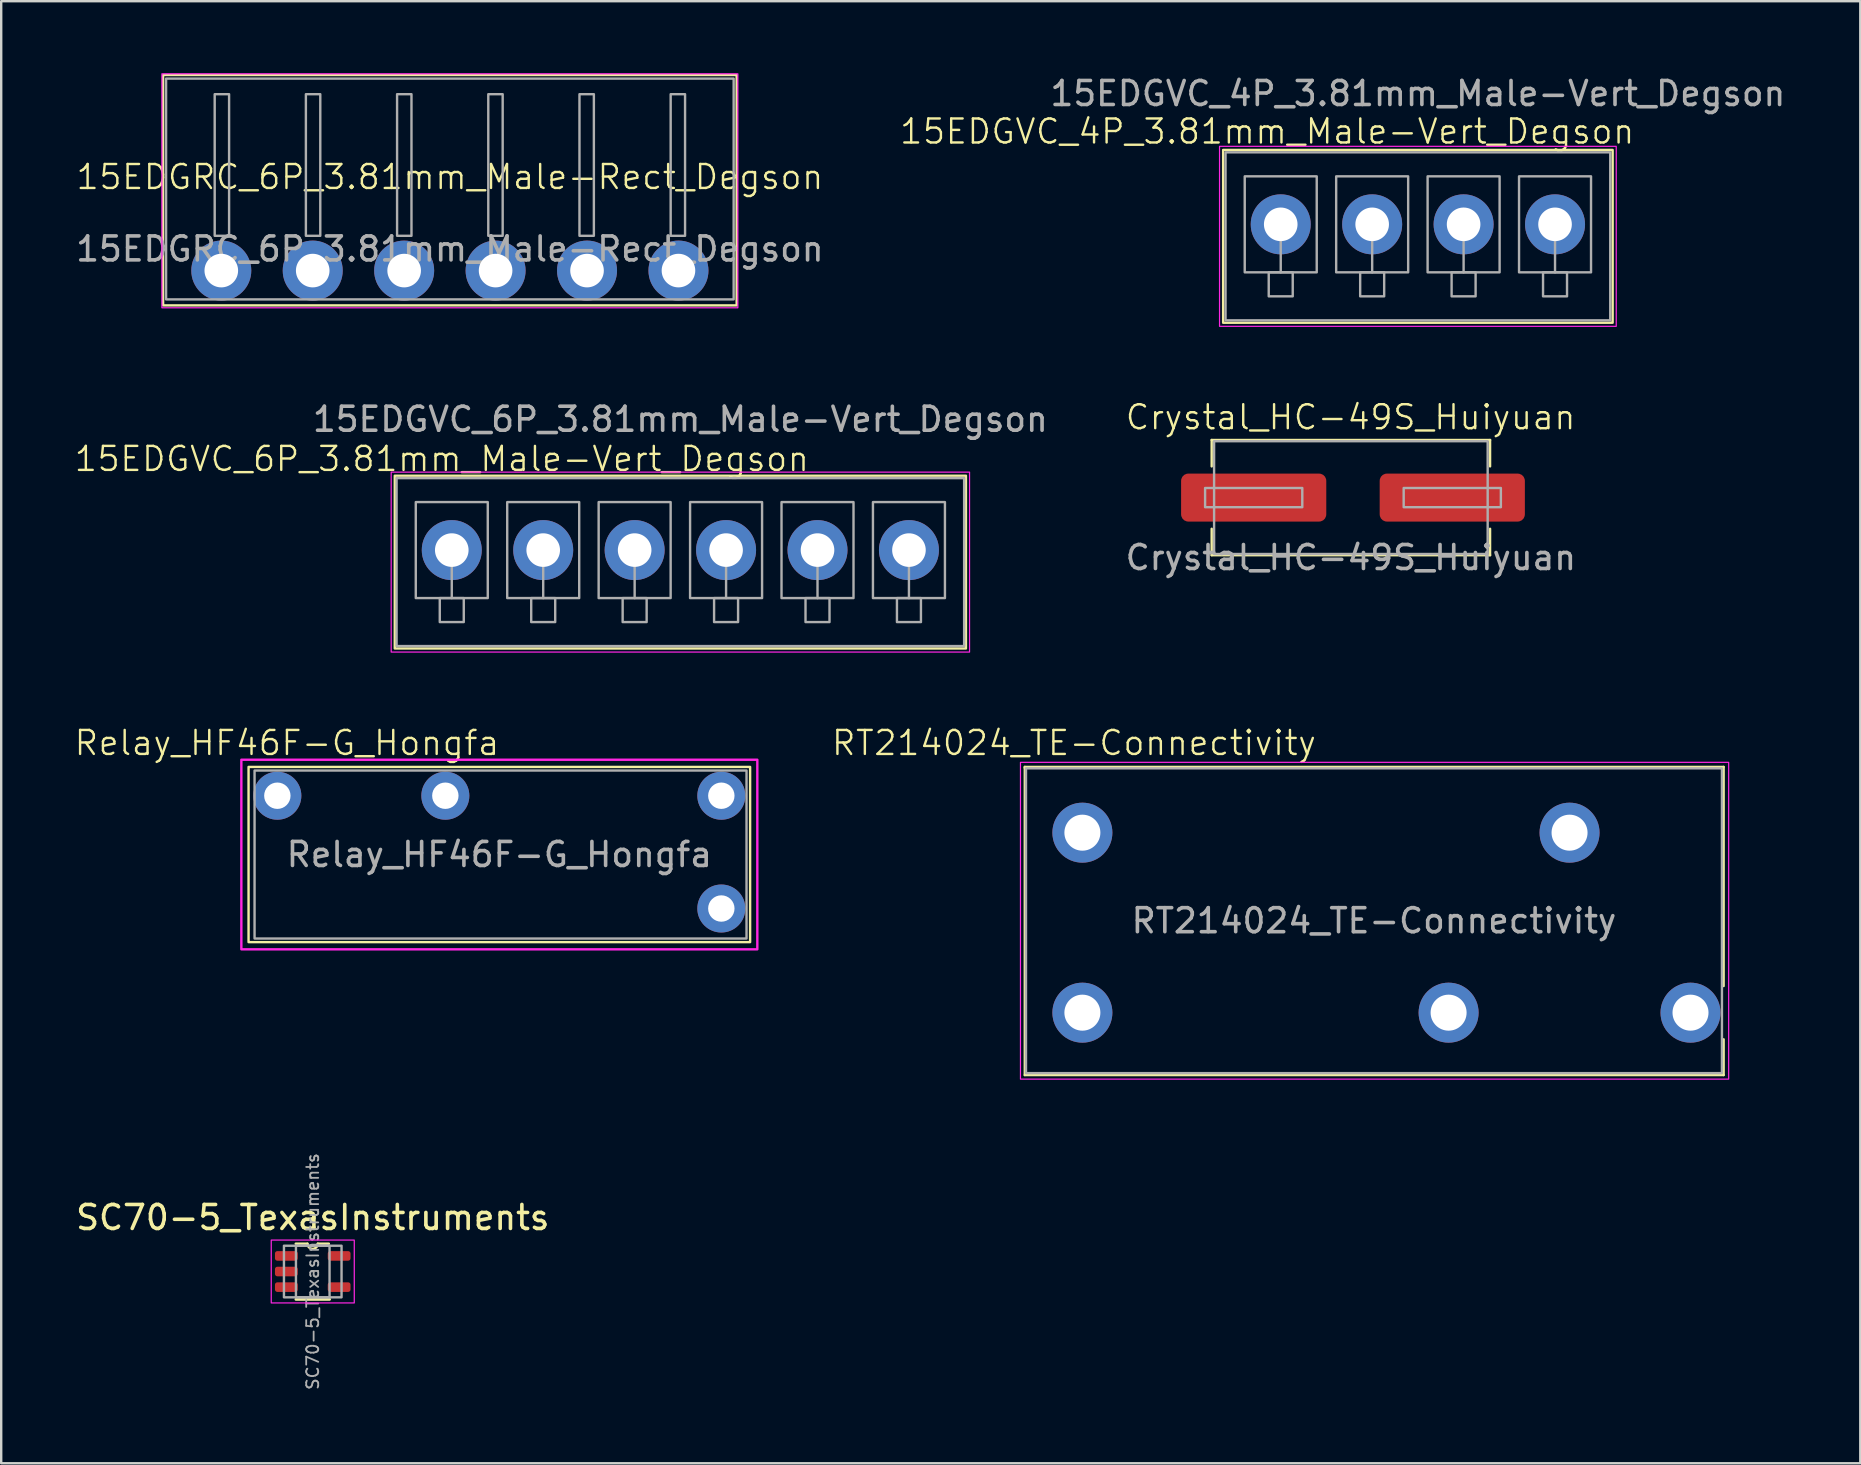
<source format=kicad_pcb>
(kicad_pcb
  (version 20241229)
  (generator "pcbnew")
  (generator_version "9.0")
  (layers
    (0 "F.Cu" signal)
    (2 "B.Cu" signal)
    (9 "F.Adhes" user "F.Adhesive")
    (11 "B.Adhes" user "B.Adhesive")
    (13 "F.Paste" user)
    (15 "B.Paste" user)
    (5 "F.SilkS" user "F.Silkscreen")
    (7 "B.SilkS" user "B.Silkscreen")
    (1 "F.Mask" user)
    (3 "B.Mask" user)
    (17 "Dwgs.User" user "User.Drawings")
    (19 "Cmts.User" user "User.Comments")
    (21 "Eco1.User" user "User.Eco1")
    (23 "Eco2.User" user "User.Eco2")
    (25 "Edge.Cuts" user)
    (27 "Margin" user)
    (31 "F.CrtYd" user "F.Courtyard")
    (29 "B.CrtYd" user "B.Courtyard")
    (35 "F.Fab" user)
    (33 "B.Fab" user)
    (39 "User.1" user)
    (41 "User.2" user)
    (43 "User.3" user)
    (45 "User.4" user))
  (footprint "15EDGVC_4P_3.81mm_Male-Vert_Degson"
    (layer "F.Cu")
    (at 56.032 6.798)
    (property "Reference" "15EDGVC_4P_3.81mm_Male-Vert_Degson" (at -6.28 -4.37 0) (unlocked yes) (layer "F.SilkS") (effects (font (size 1 1) (thickness 0.1))))
    (attr smd)
    (fp_rect (start -8.115 3.6) (end 8.115 -3.6) (stroke (width 0.1) (type solid)) (fill no) (layer "F.SilkS"))
    (fp_rect (start -8.265 3.75) (end 8.265 -3.75) (stroke (width 0.05) (type solid)) (fill no) (layer "F.CrtYd"))
    (fp_line (start -5.715 1.5) (end -5.715 -0.5) (stroke (width 0.1) (type default)) (layer "F.Fab"))
    (fp_line (start -1.905 1.5) (end -1.905 -0.5) (stroke (width 0.1) (type default)) (layer "F.Fab"))
    (fp_line (start 1.905 1.5) (end 1.905 -0.5) (stroke (width 0.1) (type default)) (layer "F.Fab"))
    (fp_line (start 5.715 1.5) (end 5.715 -0.5) (stroke (width 0.1) (type default)) (layer "F.Fab"))
    (fp_rect (start -8.015 3.5) (end 8.015 -3.5) (stroke (width 0.1) (type solid)) (fill no) (layer "F.Fab"))
    (fp_rect (start -7.215 1.5) (end -4.215 -2.5) (stroke (width 0.1) (type solid)) (fill no) (layer "F.Fab"))
    (fp_rect (start -6.215 2.5) (end -5.215 1.5) (stroke (width 0.1) (type solid)) (fill no) (layer "F.Fab"))
    (fp_rect (start -3.405 1.5) (end -0.405 -2.5) (stroke (width 0.1) (type solid)) (fill no) (layer "F.Fab"))
    (fp_rect (start -2.405 2.5) (end -1.405 1.5) (stroke (width 0.1) (type solid)) (fill no) (layer "F.Fab"))
    (fp_rect (start 0.405 1.5) (end 3.405 -2.5) (stroke (width 0.1) (type solid)) (fill no) (layer "F.Fab"))
    (fp_rect (start 1.405 2.5) (end 2.405 1.5) (stroke (width 0.1) (type solid)) (fill no) (layer "F.Fab"))
    (fp_rect (start 4.215 1.5) (end 7.215 -2.5) (stroke (width 0.1) (type solid)) (fill no) (layer "F.Fab"))
    (fp_rect (start 5.215 2.5) (end 6.215 1.5) (stroke (width 0.1) (type solid)) (fill no) (layer "F.Fab"))
    (fp_text user "${REFERENCE}" (at 0 -5.95 0) (unlocked yes) (layer "F.Fab") (effects (font (size 1 1) (thickness 0.15))))
    (pad "1" thru_hole circle (at 5.715 -0.5) (size 2.5 2.5) (drill 1.4) (layers "*.Cu" "*.Mask"))
    (pad "2" thru_hole circle (at 1.905 -0.5) (size 2.5 2.5) (drill 1.4) (layers "*.Cu" "*.Mask"))
    (pad "3" thru_hole circle (at -1.905 -0.5) (size 2.5 2.5) (drill 1.4) (layers "*.Cu" "*.Mask"))
    (pad "4" thru_hole circle (at -5.715 -0.5) (size 2.5 2.5) (drill 1.4) (layers "*.Cu" "*.Mask")))
  (footprint "15EDGRC_6P_3.81mm_Male-Rect_Degson"
    (layer "F.Cu")
    (at 15.696 4.825)
    (property "Reference" "15EDGRC_6P_3.81mm_Male-Rect_Degson" (at 0 -0.5 0) (unlocked yes) (layer "F.SilkS") (effects (font (size 1 1) (thickness 0.1))))
    (attr smd)
    (fp_rect (start -11.95 4.85) (end 11.95 -4.75) (stroke (width 0.1) (type solid)) (fill no) (layer "F.SilkS"))
    (fp_rect (start -12 -4.8) (end 12 4.95) (stroke (width 0.05) (type solid)) (fill no) (layer "F.CrtYd"))
    (fp_rect (start -11.825 4.6) (end 11.825 -4.6) (stroke (width 0.1) (type solid)) (fill no) (layer "F.Fab"))
    (fp_rect (start -9.8 -3.95) (end -9.2 1.95) (stroke (width 0.1) (type default)) (fill no) (layer "F.Fab"))
    (fp_rect (start -6 -3.95) (end -5.4 1.95) (stroke (width 0.1) (type default)) (fill no) (layer "F.Fab"))
    (fp_rect (start -2.2 -3.95) (end -1.6 1.95) (stroke (width 0.1) (type default)) (fill no) (layer "F.Fab"))
    (fp_rect (start 1.6 -3.95) (end 2.2 1.95) (stroke (width 0.1) (type default)) (fill no) (layer "F.Fab"))
    (fp_rect (start 5.4 -3.95) (end 6 1.95) (stroke (width 0.1) (type default)) (fill no) (layer "F.Fab"))
    (fp_rect (start 9.2 -3.95) (end 9.8 1.95) (stroke (width 0.1) (type default)) (fill no) (layer "F.Fab"))
    (fp_text user "${REFERENCE}" (at 0 2.5 0) (unlocked yes) (layer "F.Fab") (effects (font (size 1 1) (thickness 0.15))))
    (pad "1" thru_hole circle (at -9.525 3.4) (size 2.5 2.5) (drill 1.4) (layers "*.Cu" "*.Mask"))
    (pad "2" thru_hole circle (at -5.715 3.4) (size 2.5 2.5) (drill 1.4) (layers "*.Cu" "*.Mask"))
    (pad "3" thru_hole circle (at -1.905 3.4) (size 2.5 2.5) (drill 1.4) (layers "*.Cu" "*.Mask"))
    (pad "4" thru_hole circle (at 1.905 3.4) (size 2.5 2.5) (drill 1.4) (layers "*.Cu" "*.Mask"))
    (pad "5" thru_hole circle (at 5.715 3.4) (size 2.5 2.5) (drill 1.4) (layers "*.Cu" "*.Mask"))
    (pad "6" thru_hole circle (at 9.525 3.4) (size 2.5 2.5) (drill 1.4) (layers "*.Cu" "*.Mask")))
  (footprint "SC70-5_TexasInstruments"
    (layer "F.Cu")
    (at 9.982 49.933)
    (property "Reference" "SC70-5_TexasInstruments" (at 0 -2.25 0) (layer "F.SilkS") (effects (font (size 1 1) (thickness 0.15))))
    (attr smd)
    (fp_line (start -0.7 1.16) (end 0.7 1.16) (stroke (width 0.12) (type solid)) (layer "F.SilkS"))
    (fp_line (start -0.22 -1.16) (end -0.71 -1.16) (stroke (width 0.1) (type default)) (layer "F.SilkS"))
    (fp_line (start 0.21 -1.16) (end 0.67 -1.16) (stroke (width 0.1) (type default)) (layer "F.SilkS"))
    (fp_arc (start 0.21 -1.16) (mid -0.005 -0.945) (end -0.22 -1.16) (stroke (width 0.1) (type default)) (layer "F.SilkS"))
    (fp_rect (start -1.73 1.31) (end 1.73 -1.31) (stroke (width 0.05) (type solid)) (fill no) (layer "F.CrtYd"))
    (fp_rect (start -1.2 1.075) (end 1.2 -1.075) (stroke (width 0.1) (type solid)) (fill no) (layer "F.Fab"))
    (fp_rect (start -0.7 1.075) (end 0.7 -1.075) (stroke (width 0.1) (type solid)) (fill no) (layer "F.Fab"))
    (fp_text user "${REFERENCE}" (at 0 0 90) (layer "F.Fab") (effects (font (size 0.5 0.5) (thickness 0.075))))
    (pad "1" smd roundrect (at -1.1 -0.65) (size 0.95 0.4) (layers "F.Cu" "F.Mask" "F.Paste") (roundrect_rratio 0.25))
    (pad "2" smd roundrect (at -1.1 0) (size 0.95 0.4) (layers "F.Cu" "F.Mask" "F.Paste") (roundrect_rratio 0.25))
    (pad "3" smd roundrect (at -1.1 0.65) (size 0.95 0.4) (layers "F.Cu" "F.Mask" "F.Paste") (roundrect_rratio 0.25))
    (pad "4" smd roundrect (at 1.1 0.65) (size 0.95 0.4) (layers "F.Cu" "F.Mask" "F.Paste") (roundrect_rratio 0.25))
    (pad "5" smd roundrect (at 1.1 -0.65) (size 0.95 0.4) (layers "F.Cu" "F.Mask" "F.Paste") (roundrect_rratio 0.25)))
  (footprint "Relay_HF46F-G_Hongfa"
    (layer "F.Cu")
    (at 8.507 30.107)
    (property "Reference" "Relay_HF46F-G_Hongfa" (at 0.4 -2.2 0) (unlocked yes) (layer "F.SilkS") (effects (font (size 1 1) (thickness 0.1))))
    (attr smd)
    (fp_rect (start -1.2 -1.2) (end 19.7 6.1) (stroke (width 0.1) (type default)) (fill no) (layer "F.SilkS"))
    (fp_rect (start -1.5 -1.5) (end 20 6.4) (stroke (width 0.1) (type default)) (fill no) (layer "F.CrtYd"))
    (fp_rect (start 19.55 -1.05) (end -0.95 5.95) (stroke (width 0.1) (type solid)) (fill no) (layer "F.Fab"))
    (fp_text user "${REFERENCE}" (at 9.25 2.45 0) (unlocked yes) (layer "F.Fab") (effects (font (size 1 1) (thickness 0.15))))
    (pad "1" thru_hole circle (at 18.5 4.7) (size 2 2) (drill 1.1) (layers "*.Cu" "*.Mask"))
    (pad "2" thru_hole circle (at 18.5 0) (size 2 2) (drill 1.1) (layers "*.Cu" "*.Mask"))
    (pad "3" thru_hole circle (at 7 0) (size 2 2) (drill 1.1) (layers "*.Cu" "*.Mask"))
    (pad "4" thru_hole circle (at 0 0) (size 2 2) (drill 1.1) (layers "*.Cu" "*.Mask")))
  (footprint "15EDGVC_6P_3.81mm_Male-Vert_Degson"
    (layer "F.Cu")
    (at 25.3 20.372)
    (property "Reference" "15EDGVC_6P_3.81mm_Male-Vert_Degson" (at -9.94 -4.3 0) (unlocked yes) (layer "F.SilkS") (effects (font (size 1 1) (thickness 0.1))))
    (attr smd)
    (fp_rect (start -11.9 3.6) (end 11.9 -3.6) (stroke (width 0.1) (type solid)) (fill no) (layer "F.SilkS"))
    (fp_rect (start -12.05 3.75) (end 12.05 -3.75) (stroke (width 0.05) (type solid)) (fill no) (layer "F.CrtYd"))
    (fp_line (start -9.525 1.5) (end -9.525 -0.5) (stroke (width 0.1) (type default)) (layer "F.Fab"))
    (fp_line (start -5.715 1.5) (end -5.715 -0.5) (stroke (width 0.1) (type default)) (layer "F.Fab"))
    (fp_line (start -1.905 1.5) (end -1.905 -0.5) (stroke (width 0.1) (type default)) (layer "F.Fab"))
    (fp_line (start 1.905 1.5) (end 1.905 -0.5) (stroke (width 0.1) (type default)) (layer "F.Fab"))
    (fp_line (start 5.715 1.5) (end 5.715 -0.5) (stroke (width 0.1) (type default)) (layer "F.Fab"))
    (fp_line (start 9.525 1.5) (end 9.525 -0.5) (stroke (width 0.1) (type default)) (layer "F.Fab"))
    (fp_rect (start -11.825 3.5) (end 11.825 -3.5) (stroke (width 0.1) (type solid)) (fill no) (layer "F.Fab"))
    (fp_rect (start -11.025 1.5) (end -8.025 -2.5) (stroke (width 0.1) (type solid)) (fill no) (layer "F.Fab"))
    (fp_rect (start -10.025 2.5) (end -9.025 1.5) (stroke (width 0.1) (type solid)) (fill no) (layer "F.Fab"))
    (fp_rect (start -7.215 1.5) (end -4.215 -2.5) (stroke (width 0.1) (type solid)) (fill no) (layer "F.Fab"))
    (fp_rect (start -6.215 2.5) (end -5.215 1.5) (stroke (width 0.1) (type solid)) (fill no) (layer "F.Fab"))
    (fp_rect (start -3.405 1.5) (end -0.405 -2.5) (stroke (width 0.1) (type solid)) (fill no) (layer "F.Fab"))
    (fp_rect (start -2.405 2.5) (end -1.405 1.5) (stroke (width 0.1) (type solid)) (fill no) (layer "F.Fab"))
    (fp_rect (start 0.405 1.5) (end 3.405 -2.5) (stroke (width 0.1) (type solid)) (fill no) (layer "F.Fab"))
    (fp_rect (start 1.405 2.5) (end 2.405 1.5) (stroke (width 0.1) (type solid)) (fill no) (layer "F.Fab"))
    (fp_rect (start 4.215 1.5) (end 7.215 -2.5) (stroke (width 0.1) (type solid)) (fill no) (layer "F.Fab"))
    (fp_rect (start 5.215 2.5) (end 6.215 1.5) (stroke (width 0.1) (type solid)) (fill no) (layer "F.Fab"))
    (fp_rect (start 8.025 1.5) (end 11.025 -2.5) (stroke (width 0.1) (type solid)) (fill no) (layer "F.Fab"))
    (fp_rect (start 9.025 2.5) (end 10.025 1.5) (stroke (width 0.1) (type solid)) (fill no) (layer "F.Fab"))
    (fp_text user "${REFERENCE}" (at 0 -5.95 0) (unlocked yes) (layer "F.Fab") (effects (font (size 1 1) (thickness 0.15))))
    (pad "1" thru_hole circle (at 9.525 -0.5) (size 2.5 2.5) (drill 1.4) (layers "*.Cu" "*.Mask"))
    (pad "2" thru_hole circle (at 5.715 -0.5) (size 2.5 2.5) (drill 1.4) (layers "*.Cu" "*.Mask"))
    (pad "3" thru_hole circle (at 1.905 -0.5) (size 2.5 2.5) (drill 1.4) (layers "*.Cu" "*.Mask"))
    (pad "4" thru_hole circle (at -1.905 -0.5) (size 2.5 2.5) (drill 1.4) (layers "*.Cu" "*.Mask"))
    (pad "5" thru_hole circle (at -5.715 -0.5) (size 2.5 2.5) (drill 1.4) (layers "*.Cu" "*.Mask"))
    (pad "6" thru_hole circle (at -9.525 -0.5) (size 2.5 2.5) (drill 1.4) (layers "*.Cu" "*.Mask")))
  (footprint "RT214024_TE-Connectivity"
    (layer "F.Cu")
    (at 42.052 39.147)
    (property "Reference" "RT214024_TE-Connectivity" (at -0.35 -11.24 0) (unlocked yes) (layer "F.SilkS") (effects (font (size 1 1) (thickness 0.1))))
    (attr smd)
    (fp_line (start -2.4 -10.24) (end 26.72 -10.24) (stroke (width 0.1) (type default)) (layer "F.SilkS"))
    (fp_line (start -2.4 -10.2) (end -2.4 -10.24) (stroke (width 0.1) (type default)) (layer "F.SilkS"))
    (fp_line (start -2.4 2.6) (end -2.4 -10.2) (stroke (width 0.1) (type default)) (layer "F.SilkS"))
    (fp_line (start 26.72 -10.24) (end 26.72 -1.11) (stroke (width 0.1) (type default)) (layer "F.SilkS"))
    (fp_line (start 26.72 1.11) (end 26.72 2.6) (stroke (width 0.1) (type default)) (layer "F.SilkS"))
    (fp_line (start 26.72 2.6) (end -2.4 2.6) (stroke (width 0.1) (type default)) (layer "F.SilkS"))
    (fp_rect (start -2.58 2.77) (end 26.93 -10.43) (stroke (width 0.05) (type solid)) (fill no) (layer "F.CrtYd"))
    (fp_rect (start -2.35 2.52) (end 26.65 -10.18) (stroke (width 0.1) (type solid)) (fill no) (layer "F.Fab"))
    (fp_text user "${REFERENCE}" (at 12.15 -3.83 0) (unlocked yes) (layer "F.Fab") (effects (font (size 1 1) (thickness 0.15))))
    (pad "1" thru_hole circle (at 0 0) (size 2.5 2.5) (drill 1.5) (layers "*.Cu" "*.Mask"))
    (pad "2" thru_hole circle (at 0 -7.5) (size 2.5 2.5) (drill 1.5) (layers "*.Cu" "*.Mask"))
    (pad "3" thru_hole circle (at 15.26 0) (size 2.5 2.5) (drill 1.5) (layers "*.Cu" "*.Mask"))
    (pad "4" thru_hole circle (at 20.3 -7.5) (size 2.5 2.5) (drill 1.5) (layers "*.Cu" "*.Mask"))
    (pad "5" thru_hole circle (at 25.34 0) (size 2.5 2.5) (drill 1.5) (layers "*.Cu" "*.Mask")))
  (footprint "Crystal_HC-49S_Huiyuan"
    (layer "F.Cu")
    (at 53.24 17.684)
    (property "Reference" "Crystal_HC-49S_Huiyuan" (at -0.01 -3.35 0) (unlocked yes) (layer "F.SilkS") (effects (font (size 1 1) (thickness 0.1))))
    (attr smd)
    (fp_line (start -5.8 -2.4) (end 5.8 -2.4) (stroke (width 0.1) (type default)) (layer "F.SilkS"))
    (fp_line (start -5.8 -1.3) (end -5.8 -2.4) (stroke (width 0.1) (type default)) (layer "F.SilkS"))
    (fp_line (start -5.8 2.4) (end -5.8 1.3) (stroke (width 0.1) (type default)) (layer "F.SilkS"))
    (fp_line (start -5.8 2.4) (end 5.8 2.4) (stroke (width 0.1) (type default)) (layer "F.SilkS"))
    (fp_line (start 5.8 -2.4) (end 5.8 -1.3) (stroke (width 0.1) (type default)) (layer "F.SilkS"))
    (fp_line (start 5.8 2.4) (end 5.8 1.3) (stroke (width 0.1) (type default)) (layer "F.SilkS"))
    (fp_rect (start -6.075 0.4) (end -2.025 -0.4) (stroke (width 0.1) (type solid)) (fill no) (layer "F.Fab"))
    (fp_rect (start -5.7 2.35) (end 5.7 -2.35) (stroke (width 0.1) (type solid)) (fill no) (layer "F.Fab"))
    (fp_rect (start 2.2 0.4) (end 6.25 -0.4) (stroke (width 0.1) (type solid)) (fill no) (layer "F.Fab"))
    (fp_text user "${REFERENCE}" (at 0 2.5 0) (unlocked yes) (layer "F.Fab") (effects (font (size 1 1) (thickness 0.15))))
    (pad "1" smd roundrect (at -4.05 0) (size 6.05 2) (layers "F.Cu" "F.Mask" "F.Paste") (roundrect_rratio 0.15))
    (pad "2" smd roundrect (at 4.225 0) (size 6.05 2) (layers "F.Cu" "F.Mask" "F.Paste") (roundrect_rratio 0.15)))
  (gr_rect
    (start -3 -3)
    (end 74.467 57.924)
    (stroke (width 0.1) (type default))
    (fill no)
    (layer "Edge.Cuts")))
</source>
